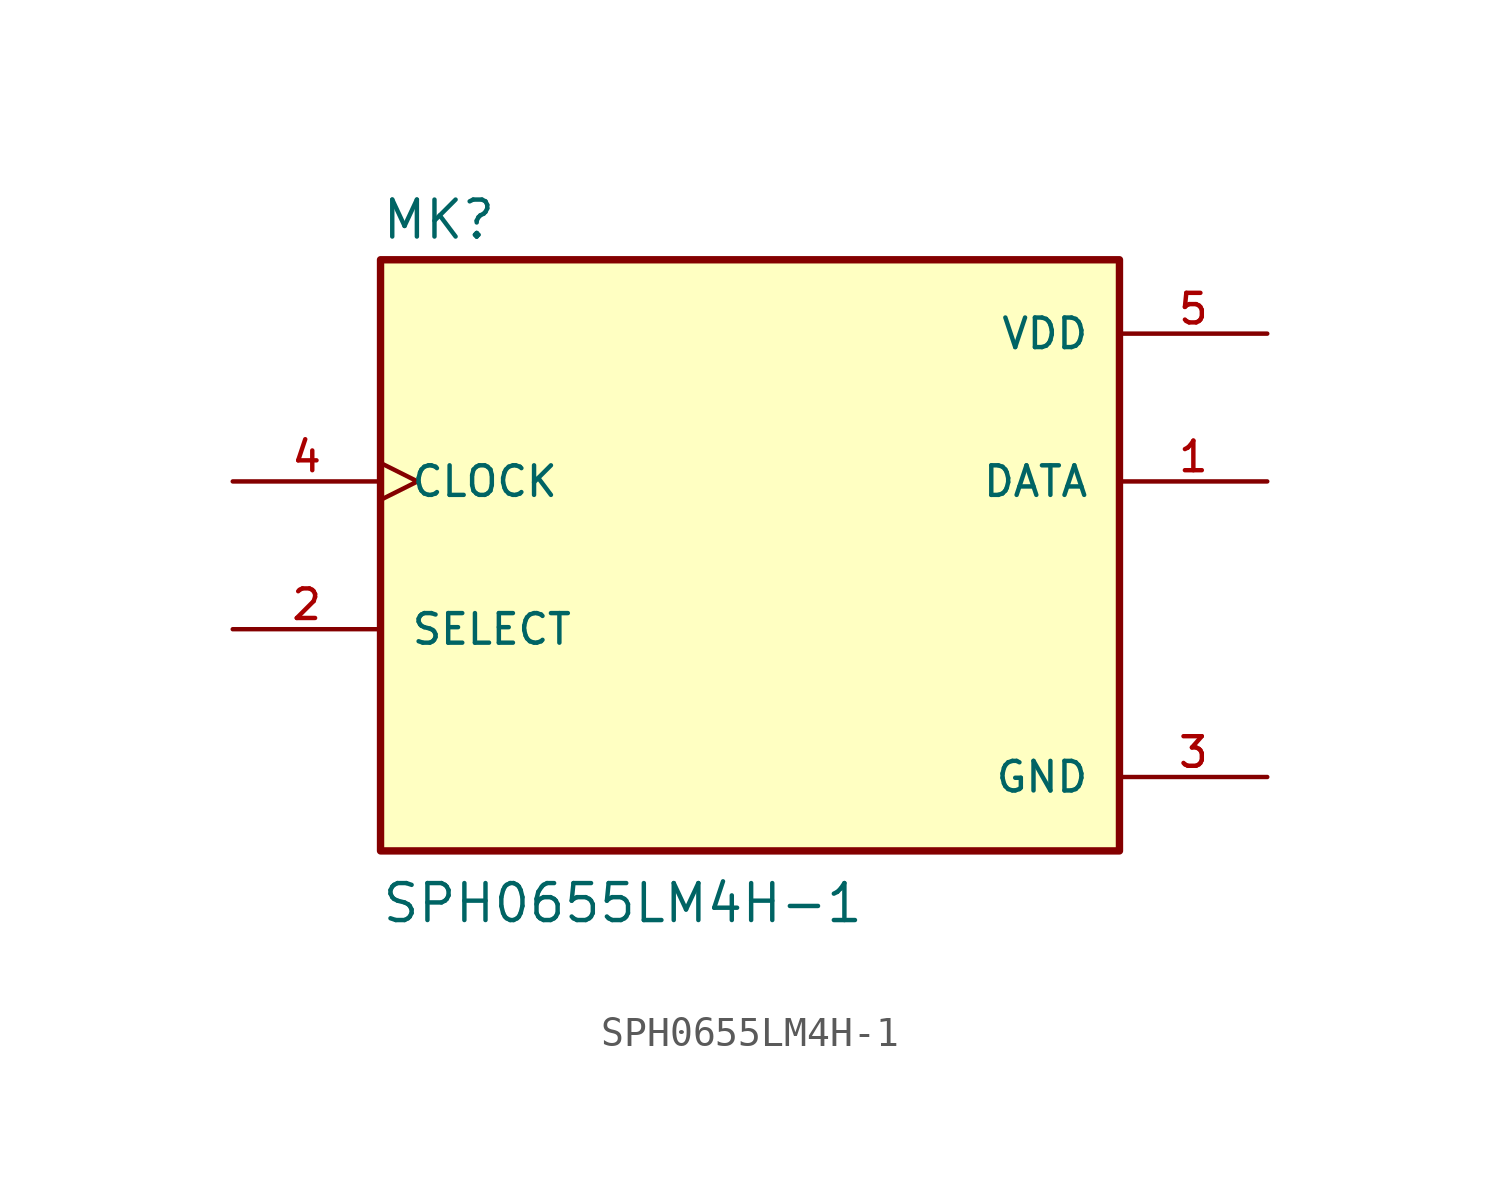
<source format=kicad_sym>
(kicad_symbol_lib
  (version 20211014)
  (generator kicad_symbol_editor)
  (symbol "SPH0655LM4H-1"
    (pin_names
      (offset 1.016))
    (property "Reference" "MK"
      (at -12.7 10.795 0)
      (effects (font (size 1.27 1.27)) (justify bottom left)))
    (property "Value" "SPH0655LM4H-1"
      (at -12.7 -12.7 0)
      (effects (font (size 1.27 1.27)) (justify bottom left)))
    (symbol "SPH0655LM4H-1_0_0"
      (rectangle (start -12.7 -10.16) (end 12.7 10.16) (stroke (width 0.254)) (fill (type background)))
      (pin output line (at 17.78 2.54 180.0) (length 5.08) (name "DATA" (effects (font (size 1.016 1.016)))) (number "1" (effects (font (size 1.016 1.016)))))
      (pin input line (at -17.78 -2.54 0) (length 5.08) (name "SELECT" (effects (font (size 1.016 1.016)))) (number "2" (effects (font (size 1.016 1.016)))))
      (pin power_in line (at 17.78 -7.62 180.0) (length 5.08) (name "GND" (effects (font (size 1.016 1.016)))) (number "3" (effects (font (size 1.016 1.016)))))
      (pin input clock (at -17.78 2.54 0) (length 5.08) (name "CLOCK" (effects (font (size 1.016 1.016)))) (number "4" (effects (font (size 1.016 1.016)))))
      (pin power_in line (at 17.78 7.62 180.0) (length 5.08) (name "VDD" (effects (font (size 1.016 1.016)))) (number "5" (effects (font (size 1.016 1.016))))))))
</source>
